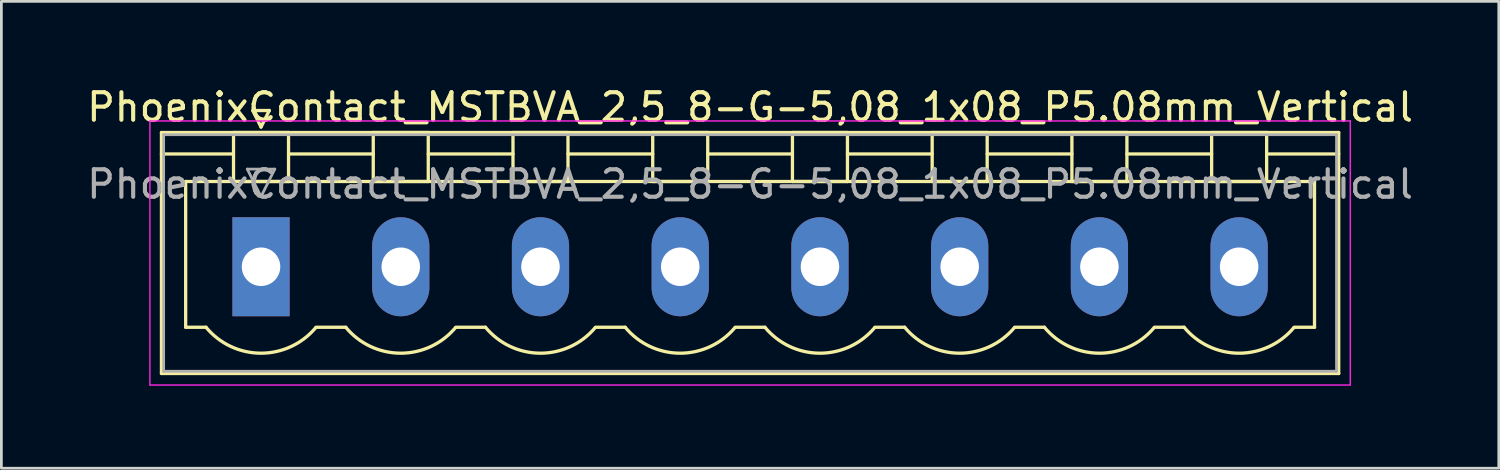
<source format=kicad_pcb>
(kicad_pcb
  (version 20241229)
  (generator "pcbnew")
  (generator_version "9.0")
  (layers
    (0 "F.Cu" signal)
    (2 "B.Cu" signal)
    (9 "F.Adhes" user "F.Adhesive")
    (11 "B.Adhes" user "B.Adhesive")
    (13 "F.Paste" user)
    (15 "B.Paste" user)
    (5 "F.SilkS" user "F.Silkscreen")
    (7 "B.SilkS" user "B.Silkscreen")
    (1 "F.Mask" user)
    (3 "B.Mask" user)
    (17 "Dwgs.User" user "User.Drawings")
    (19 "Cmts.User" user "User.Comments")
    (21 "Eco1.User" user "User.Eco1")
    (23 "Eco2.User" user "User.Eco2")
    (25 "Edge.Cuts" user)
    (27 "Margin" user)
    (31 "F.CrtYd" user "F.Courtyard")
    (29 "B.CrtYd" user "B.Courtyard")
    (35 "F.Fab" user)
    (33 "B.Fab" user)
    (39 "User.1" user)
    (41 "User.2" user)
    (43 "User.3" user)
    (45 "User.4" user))
  (footprint "PhoenixContact_MSTBVA_2,5_8-G-5,08_1x08_P5.08mm_Vertical"
    (layer "F.Cu")
    (at 6.44 6.648)
    (property "Reference" "PhoenixContact_MSTBVA_2,5_8-G-5,08_1x08_P5.08mm_Vertical" (at 17.78 -5.8 0) (layer "F.SilkS") (effects (font (size 1 1) (thickness 0.15))))
    (attr through_hole)
    (fp_line (start -3.62 -4.88) (end -3.62 3.88) (stroke (width 0.12) (type solid)) (layer "F.SilkS"))
    (fp_line (start -3.62 -4.1) (end -1.08 -4.1) (stroke (width 0.12) (type solid)) (layer "F.SilkS"))
    (fp_line (start -3.62 3.88) (end 39.18 3.88) (stroke (width 0.12) (type solid)) (layer "F.SilkS"))
    (fp_line (start -2.74 -3.1) (end 38.3 -3.1) (stroke (width 0.12) (type solid)) (layer "F.SilkS"))
    (fp_line (start -2.74 2.2) (end -2.74 -3.1) (stroke (width 0.12) (type solid)) (layer "F.SilkS"))
    (fp_line (start -2 2.2) (end -2.74 2.2) (stroke (width 0.12) (type solid)) (layer "F.SilkS"))
    (fp_line (start -1 -4.88) (end 1 -4.88) (stroke (width 0.12) (type solid)) (layer "F.SilkS"))
    (fp_line (start -1 -3.1) (end -1 -4.88) (stroke (width 0.12) (type solid)) (layer "F.SilkS"))
    (fp_line (start -0.3 -5.68) (end 0.3 -5.68) (stroke (width 0.12) (type solid)) (layer "F.SilkS"))
    (fp_line (start 0 -5.08) (end -0.3 -5.68) (stroke (width 0.12) (type solid)) (layer "F.SilkS"))
    (fp_line (start 0.3 -5.68) (end 0 -5.08) (stroke (width 0.12) (type solid)) (layer "F.SilkS"))
    (fp_line (start 1 -4.88) (end 1 -3.1) (stroke (width 0.12) (type solid)) (layer "F.SilkS"))
    (fp_line (start 1 -4.1) (end 4.08 -4.1) (stroke (width 0.12) (type solid)) (layer "F.SilkS"))
    (fp_line (start 1 -3.1) (end -1 -3.1) (stroke (width 0.12) (type solid)) (layer "F.SilkS"))
    (fp_line (start 2 2.2) (end 3.08 2.2) (stroke (width 0.12) (type solid)) (layer "F.SilkS"))
    (fp_line (start 4.08 -4.88) (end 6.08 -4.88) (stroke (width 0.12) (type solid)) (layer "F.SilkS"))
    (fp_line (start 4.08 -3.1) (end 4.08 -4.88) (stroke (width 0.12) (type solid)) (layer "F.SilkS"))
    (fp_line (start 6.08 -4.88) (end 6.08 -3.1) (stroke (width 0.12) (type solid)) (layer "F.SilkS"))
    (fp_line (start 6.08 -4.1) (end 9.16 -4.1) (stroke (width 0.12) (type solid)) (layer "F.SilkS"))
    (fp_line (start 6.08 -3.1) (end 4.08 -3.1) (stroke (width 0.12) (type solid)) (layer "F.SilkS"))
    (fp_line (start 7.08 2.2) (end 8.16 2.2) (stroke (width 0.12) (type solid)) (layer "F.SilkS"))
    (fp_line (start 9.16 -4.88) (end 11.16 -4.88) (stroke (width 0.12) (type solid)) (layer "F.SilkS"))
    (fp_line (start 9.16 -3.1) (end 9.16 -4.88) (stroke (width 0.12) (type solid)) (layer "F.SilkS"))
    (fp_line (start 11.16 -4.88) (end 11.16 -3.1) (stroke (width 0.12) (type solid)) (layer "F.SilkS"))
    (fp_line (start 11.16 -4.1) (end 14.24 -4.1) (stroke (width 0.12) (type solid)) (layer "F.SilkS"))
    (fp_line (start 11.16 -3.1) (end 9.16 -3.1) (stroke (width 0.12) (type solid)) (layer "F.SilkS"))
    (fp_line (start 12.16 2.2) (end 13.24 2.2) (stroke (width 0.12) (type solid)) (layer "F.SilkS"))
    (fp_line (start 14.24 -4.88) (end 16.24 -4.88) (stroke (width 0.12) (type solid)) (layer "F.SilkS"))
    (fp_line (start 14.24 -3.1) (end 14.24 -4.88) (stroke (width 0.12) (type solid)) (layer "F.SilkS"))
    (fp_line (start 16.24 -4.88) (end 16.24 -3.1) (stroke (width 0.12) (type solid)) (layer "F.SilkS"))
    (fp_line (start 16.24 -4.1) (end 19.32 -4.1) (stroke (width 0.12) (type solid)) (layer "F.SilkS"))
    (fp_line (start 16.24 -3.1) (end 14.24 -3.1) (stroke (width 0.12) (type solid)) (layer "F.SilkS"))
    (fp_line (start 17.24 2.2) (end 18.32 2.2) (stroke (width 0.12) (type solid)) (layer "F.SilkS"))
    (fp_line (start 19.32 -4.88) (end 21.32 -4.88) (stroke (width 0.12) (type solid)) (layer "F.SilkS"))
    (fp_line (start 19.32 -3.1) (end 19.32 -4.88) (stroke (width 0.12) (type solid)) (layer "F.SilkS"))
    (fp_line (start 21.32 -4.88) (end 21.32 -3.1) (stroke (width 0.12) (type solid)) (layer "F.SilkS"))
    (fp_line (start 21.32 -4.1) (end 24.4 -4.1) (stroke (width 0.12) (type solid)) (layer "F.SilkS"))
    (fp_line (start 21.32 -3.1) (end 19.32 -3.1) (stroke (width 0.12) (type solid)) (layer "F.SilkS"))
    (fp_line (start 22.32 2.2) (end 23.4 2.2) (stroke (width 0.12) (type solid)) (layer "F.SilkS"))
    (fp_line (start 24.4 -4.88) (end 26.4 -4.88) (stroke (width 0.12) (type solid)) (layer "F.SilkS"))
    (fp_line (start 24.4 -3.1) (end 24.4 -4.88) (stroke (width 0.12) (type solid)) (layer "F.SilkS"))
    (fp_line (start 26.4 -4.88) (end 26.4 -3.1) (stroke (width 0.12) (type solid)) (layer "F.SilkS"))
    (fp_line (start 26.4 -4.1) (end 29.48 -4.1) (stroke (width 0.12) (type solid)) (layer "F.SilkS"))
    (fp_line (start 26.4 -3.1) (end 24.4 -3.1) (stroke (width 0.12) (type solid)) (layer "F.SilkS"))
    (fp_line (start 27.4 2.2) (end 28.48 2.2) (stroke (width 0.12) (type solid)) (layer "F.SilkS"))
    (fp_line (start 29.48 -4.88) (end 31.48 -4.88) (stroke (width 0.12) (type solid)) (layer "F.SilkS"))
    (fp_line (start 29.48 -3.1) (end 29.48 -4.88) (stroke (width 0.12) (type solid)) (layer "F.SilkS"))
    (fp_line (start 31.48 -4.88) (end 31.48 -3.1) (stroke (width 0.12) (type solid)) (layer "F.SilkS"))
    (fp_line (start 31.48 -4.1) (end 34.56 -4.1) (stroke (width 0.12) (type solid)) (layer "F.SilkS"))
    (fp_line (start 31.48 -3.1) (end 29.48 -3.1) (stroke (width 0.12) (type solid)) (layer "F.SilkS"))
    (fp_line (start 32.48 2.2) (end 33.56 2.2) (stroke (width 0.12) (type solid)) (layer "F.SilkS"))
    (fp_line (start 34.56 -4.88) (end 36.56 -4.88) (stroke (width 0.12) (type solid)) (layer "F.SilkS"))
    (fp_line (start 34.56 -3.1) (end 34.56 -4.88) (stroke (width 0.12) (type solid)) (layer "F.SilkS"))
    (fp_line (start 36.56 -4.88) (end 36.56 -3.1) (stroke (width 0.12) (type solid)) (layer "F.SilkS"))
    (fp_line (start 36.56 -3.1) (end 34.56 -3.1) (stroke (width 0.12) (type solid)) (layer "F.SilkS"))
    (fp_line (start 38.3 -3.1) (end 38.3 2.2) (stroke (width 0.12) (type solid)) (layer "F.SilkS"))
    (fp_line (start 38.3 2.2) (end 37.56 2.2) (stroke (width 0.12) (type solid)) (layer "F.SilkS"))
    (fp_line (start 39.18 -4.88) (end -3.62 -4.88) (stroke (width 0.12) (type solid)) (layer "F.SilkS"))
    (fp_line (start 39.18 -4.1) (end 36.64 -4.1) (stroke (width 0.12) (type solid)) (layer "F.SilkS"))
    (fp_line (start 39.18 3.88) (end 39.18 -4.88) (stroke (width 0.12) (type solid)) (layer "F.SilkS"))
    (fp_arc (start 1.986842 2.215821) (mid -0.010289 3.142758) (end -2 2.2) (stroke (width 0.12) (type solid)) (layer "F.SilkS"))
    (fp_arc (start 7.066842 2.215821) (mid 5.069711 3.142758) (end 3.08 2.2) (stroke (width 0.12) (type solid)) (layer "F.SilkS"))
    (fp_arc (start 12.146842 2.215821) (mid 10.149711 3.142758) (end 8.16 2.2) (stroke (width 0.12) (type solid)) (layer "F.SilkS"))
    (fp_arc (start 17.226842 2.215821) (mid 15.229711 3.142758) (end 13.24 2.2) (stroke (width 0.12) (type solid)) (layer "F.SilkS"))
    (fp_arc (start 22.306842 2.215821) (mid 20.309711 3.142758) (end 18.32 2.2) (stroke (width 0.12) (type solid)) (layer "F.SilkS"))
    (fp_arc (start 27.386842 2.215821) (mid 25.389711 3.142758) (end 23.4 2.2) (stroke (width 0.12) (type solid)) (layer "F.SilkS"))
    (fp_arc (start 32.466842 2.215821) (mid 30.469711 3.142758) (end 28.48 2.2) (stroke (width 0.12) (type solid)) (layer "F.SilkS"))
    (fp_arc (start 37.546842 2.215821) (mid 35.549711 3.142758) (end 33.56 2.2) (stroke (width 0.12) (type solid)) (layer "F.SilkS"))
    (fp_line (start -4.04 -5.3) (end -4.04 4.3) (stroke (width 0.05) (type solid)) (layer "F.CrtYd"))
    (fp_line (start -4.04 4.3) (end 39.6 4.3) (stroke (width 0.05) (type solid)) (layer "F.CrtYd"))
    (fp_line (start 39.6 -5.3) (end -4.04 -5.3) (stroke (width 0.05) (type solid)) (layer "F.CrtYd"))
    (fp_line (start 39.6 4.3) (end 39.6 -5.3) (stroke (width 0.05) (type solid)) (layer "F.CrtYd"))
    (fp_line (start -3.54 -4.8) (end -3.54 3.8) (stroke (width 0.1) (type solid)) (layer "F.Fab"))
    (fp_line (start -3.54 3.8) (end 39.1 3.8) (stroke (width 0.1) (type solid)) (layer "F.Fab"))
    (fp_line (start -0.5 -3.55) (end 0.5 -3.55) (stroke (width 0.1) (type solid)) (layer "F.Fab"))
    (fp_line (start 0 -2.55) (end -0.5 -3.55) (stroke (width 0.1) (type solid)) (layer "F.Fab"))
    (fp_line (start 0.5 -3.55) (end 0 -2.55) (stroke (width 0.1) (type solid)) (layer "F.Fab"))
    (fp_line (start 39.1 -4.8) (end -3.54 -4.8) (stroke (width 0.1) (type solid)) (layer "F.Fab"))
    (fp_line (start 39.1 3.8) (end 39.1 -4.8) (stroke (width 0.1) (type solid)) (layer "F.Fab"))
    (fp_text user "${REFERENCE}" (at 17.78 -3 0) (layer "F.Fab") (effects (font (size 1 1) (thickness 0.15))))
    (pad "1" thru_hole rect (at 0 0) (size 2.08 3.6) (drill 1.4) (layers "*.Cu" "*.Mask"))
    (pad "2" thru_hole oval (at 5.08 0) (size 2.08 3.6) (drill 1.4) (layers "*.Cu" "*.Mask"))
    (pad "3" thru_hole oval (at 10.16 0) (size 2.08 3.6) (drill 1.4) (layers "*.Cu" "*.Mask"))
    (pad "4" thru_hole oval (at 15.24 0) (size 2.08 3.6) (drill 1.4) (layers "*.Cu" "*.Mask"))
    (pad "5" thru_hole oval (at 20.32 0) (size 2.08 3.6) (drill 1.4) (layers "*.Cu" "*.Mask"))
    (pad "6" thru_hole oval (at 25.4 0) (size 2.08 3.6) (drill 1.4) (layers "*.Cu" "*.Mask"))
    (pad "7" thru_hole oval (at 30.48 0) (size 2.08 3.6) (drill 1.4) (layers "*.Cu" "*.Mask"))
    (pad "8" thru_hole oval (at 35.56 0) (size 2.08 3.6) (drill 1.4) (layers "*.Cu" "*.Mask")))
  (gr_rect
    (start -3 -3)
    (end 51.44 13.973)
    (stroke (width 0.1) (type default))
    (fill no)
    (layer "Edge.Cuts")))
</source>
